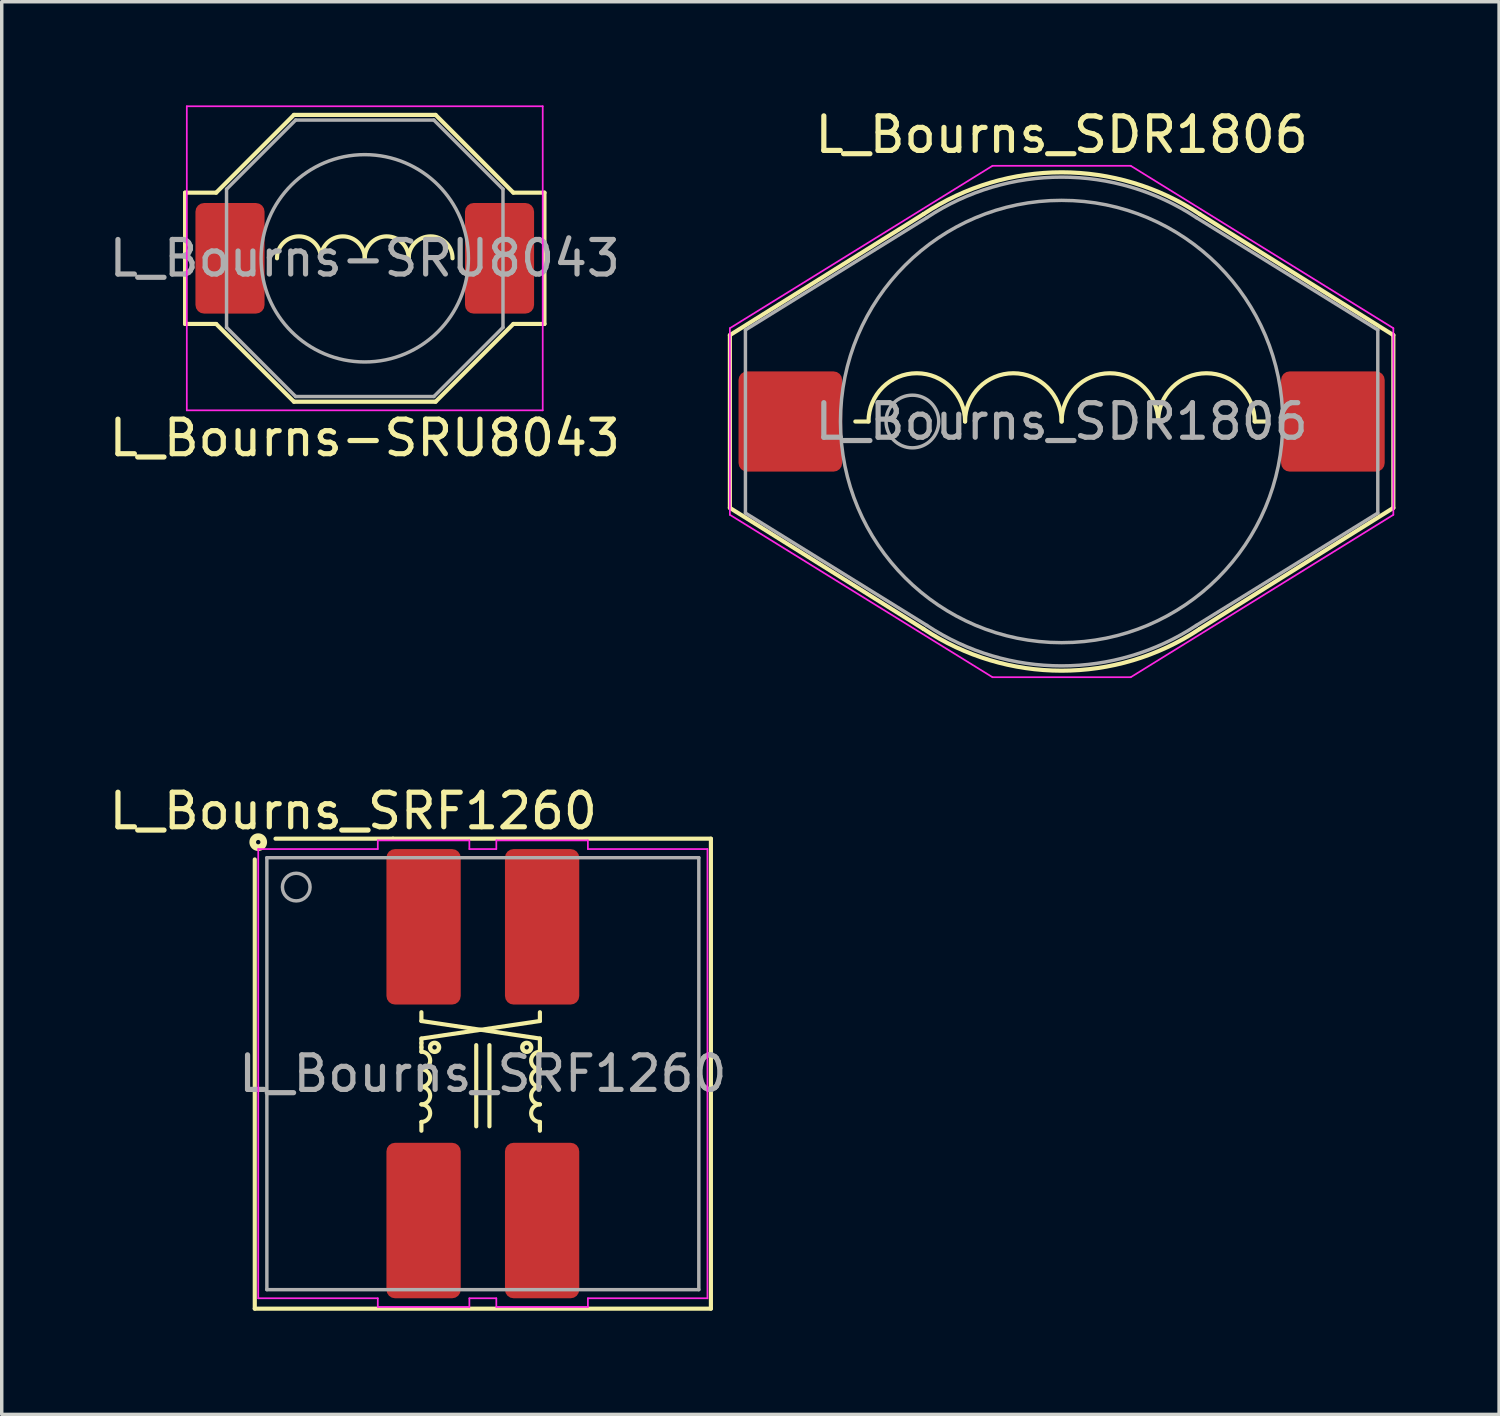
<source format=kicad_pcb>
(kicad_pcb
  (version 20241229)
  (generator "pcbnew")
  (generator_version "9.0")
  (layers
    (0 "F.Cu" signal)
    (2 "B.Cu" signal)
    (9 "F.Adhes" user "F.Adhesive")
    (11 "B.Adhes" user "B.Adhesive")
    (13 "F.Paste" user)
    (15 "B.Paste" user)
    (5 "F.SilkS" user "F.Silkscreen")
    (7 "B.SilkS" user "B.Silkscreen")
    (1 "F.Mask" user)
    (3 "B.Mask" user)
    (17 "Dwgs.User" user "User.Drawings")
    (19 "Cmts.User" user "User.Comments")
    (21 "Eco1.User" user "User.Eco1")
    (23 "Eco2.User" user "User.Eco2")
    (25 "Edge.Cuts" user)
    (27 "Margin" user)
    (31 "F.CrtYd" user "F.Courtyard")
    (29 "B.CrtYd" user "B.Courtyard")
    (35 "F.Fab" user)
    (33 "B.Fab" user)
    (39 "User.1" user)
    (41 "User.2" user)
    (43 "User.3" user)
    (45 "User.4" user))
  (footprint "L_Bourns-SRU8043"
    (layer "F.Cu")
    (at 7.506 4.425)
    (property "Reference" "L_Bourns-SRU8043" (at 0 5.2 0) (layer "F.SilkS") (effects (font (size 1 1) (thickness 0.15))))
    (attr smd)
    (fp_line (start -5.2 -1.9) (end -5.2 1.9) (stroke (width 0.12) (type solid)) (layer "F.SilkS"))
    (fp_line (start -5.2 1.9) (end -4.3 1.9) (stroke (width 0.12) (type solid)) (layer "F.SilkS"))
    (fp_line (start -4.3 -1.9) (end -5.2 -1.9) (stroke (width 0.12) (type solid)) (layer "F.SilkS"))
    (fp_line (start -2.05 -4.15) (end -4.3 -1.9) (stroke (width 0.12) (type solid)) (layer "F.SilkS"))
    (fp_line (start -2.05 -4.15) (end 2.05 -4.15) (stroke (width 0.12) (type solid)) (layer "F.SilkS"))
    (fp_line (start -2.05 4.15) (end -4.3 1.9) (stroke (width 0.12) (type solid)) (layer "F.SilkS"))
    (fp_line (start 2.05 -4.15) (end 4.3 -1.9) (stroke (width 0.12) (type solid)) (layer "F.SilkS"))
    (fp_line (start 2.05 4.15) (end -2.05 4.15) (stroke (width 0.12) (type solid)) (layer "F.SilkS"))
    (fp_line (start 2.05 4.15) (end 4.3 1.9) (stroke (width 0.12) (type solid)) (layer "F.SilkS"))
    (fp_line (start 4.3 -1.9) (end 5.2 -1.9) (stroke (width 0.12) (type solid)) (layer "F.SilkS"))
    (fp_line (start 5.2 -1.9) (end 5.2 1.9) (stroke (width 0.12) (type solid)) (layer "F.SilkS"))
    (fp_line (start 5.2 1.9) (end 4.3 1.9) (stroke (width 0.12) (type solid)) (layer "F.SilkS"))
    (fp_arc (start -2.54 0) (mid -1.905 -0.635) (end -1.27 0) (stroke (width 0.12) (type solid)) (layer "F.SilkS"))
    (fp_arc (start -1.27 0) (mid -0.635 -0.635) (end 0 0) (stroke (width 0.12) (type solid)) (layer "F.SilkS"))
    (fp_arc (start 0 0) (mid 0.635 -0.635) (end 1.27 0) (stroke (width 0.12) (type solid)) (layer "F.SilkS"))
    (fp_arc (start 1.27 0) (mid 1.905 -0.635) (end 2.54 0) (stroke (width 0.12) (type solid)) (layer "F.SilkS"))
    (fp_line (start -5.15 -4.4) (end 5.15 -4.4) (stroke (width 0.05) (type solid)) (layer "F.CrtYd"))
    (fp_line (start -5.15 4.4) (end -5.15 -4.4) (stroke (width 0.05) (type solid)) (layer "F.CrtYd"))
    (fp_line (start 5.15 -4.4) (end 5.15 4.4) (stroke (width 0.05) (type solid)) (layer "F.CrtYd"))
    (fp_line (start 5.15 4.4) (end -5.15 4.4) (stroke (width 0.05) (type solid)) (layer "F.CrtYd"))
    (fp_line (start -4 -2) (end -2 -4) (stroke (width 0.1) (type solid)) (layer "F.Fab"))
    (fp_line (start -4 2) (end -4 -2) (stroke (width 0.1) (type solid)) (layer "F.Fab"))
    (fp_line (start -2 -4) (end 2 -4) (stroke (width 0.1) (type solid)) (layer "F.Fab"))
    (fp_line (start -2 4) (end -4 2) (stroke (width 0.1) (type solid)) (layer "F.Fab"))
    (fp_line (start 2 -4) (end 4 -2) (stroke (width 0.1) (type solid)) (layer "F.Fab"))
    (fp_line (start 2 4) (end -2 4) (stroke (width 0.1) (type solid)) (layer "F.Fab"))
    (fp_line (start 4 -2) (end 4 2) (stroke (width 0.1) (type solid)) (layer "F.Fab"))
    (fp_line (start 4 2) (end 2 4) (stroke (width 0.1) (type solid)) (layer "F.Fab"))
    (fp_circle (center 0 0) (end 0 -3) (stroke (width 0.1) (type solid)) (fill no) (layer "F.Fab"))
    (fp_text user "${REFERENCE}" (at 0 0 0) (layer "F.Fab") (effects (font (size 1 1) (thickness 0.15))))
    (pad "1" smd roundrect (at -3.9 0) (size 2 3.2) (layers "F.Cu" "F.Mask" "F.Paste") (roundrect_rratio 0.125))
    (pad "2" smd roundrect (at 3.9 0) (size 2 3.2) (layers "F.Cu" "F.Mask" "F.Paste") (roundrect_rratio 0.125)))
  (footprint "L_Bourns_SDR1806"
    (layer "F.Cu")
    (at 27.672 9.148)
    (property "Reference" "L_Bourns_SDR1806" (at 0 -8.3 0) (layer "F.SilkS") (effects (font (size 1 1) (thickness 0.15))))
    (attr smd)
    (fp_line (start -9.6 -2.5) (end -9.6 2.5) (stroke (width 0.12) (type solid)) (layer "F.SilkS"))
    (fp_line (start -9.6 -2.5) (end -4 -6) (stroke (width 0.12) (type solid)) (layer "F.SilkS"))
    (fp_line (start -5.588 0) (end -5.969 0) (stroke (width 0.12) (type solid)) (layer "F.SilkS"))
    (fp_line (start -4 6) (end -9.6 2.5) (stroke (width 0.12) (type solid)) (layer "F.SilkS"))
    (fp_line (start 4 -6) (end 9.6 -2.5) (stroke (width 0.12) (type solid)) (layer "F.SilkS"))
    (fp_line (start 5.588 0) (end 5.969 0) (stroke (width 0.12) (type solid)) (layer "F.SilkS"))
    (fp_line (start 9.6 -2.5) (end 9.6 2.5) (stroke (width 0.12) (type solid)) (layer "F.SilkS"))
    (fp_line (start 9.6 2.5) (end 4 6) (stroke (width 0.12) (type solid)) (layer "F.SilkS"))
    (fp_arc (start -5.588 0) (mid -4.191 -1.397) (end -2.794 0) (stroke (width 0.12) (type solid)) (layer "F.SilkS"))
    (fp_arc (start -3.991604 -6.005589) (mid 0.005043 -7.211101) (end 4 -6) (stroke (width 0.12) (type solid)) (layer "F.SilkS"))
    (fp_arc (start -2.794 0) (mid -1.397 -1.397) (end 0 0) (stroke (width 0.12) (type solid)) (layer "F.SilkS"))
    (fp_arc (start 0 0) (mid 1.397 -1.397) (end 2.794 0) (stroke (width 0.12) (type solid)) (layer "F.SilkS"))
    (fp_arc (start 2.794 0) (mid 4.191 -1.397) (end 5.588 0) (stroke (width 0.12) (type solid)) (layer "F.SilkS"))
    (fp_arc (start 3.991604 6.005589) (mid -0.005043 7.211101) (end -4 6) (stroke (width 0.12) (type solid)) (layer "F.SilkS"))
    (fp_line (start -9.6 2.7) (end -9.6 -2.7) (stroke (width 0.05) (type solid)) (layer "F.CrtYd"))
    (fp_line (start -9.6 2.7) (end -2 7.4) (stroke (width 0.05) (type solid)) (layer "F.CrtYd"))
    (fp_line (start -2 -7.4) (end -9.6 -2.7) (stroke (width 0.05) (type solid)) (layer "F.CrtYd"))
    (fp_line (start -2 -7.4) (end 2 -7.4) (stroke (width 0.05) (type solid)) (layer "F.CrtYd"))
    (fp_line (start 2 7.4) (end -2 7.4) (stroke (width 0.05) (type solid)) (layer "F.CrtYd"))
    (fp_line (start 2 7.4) (end 9.6 2.7) (stroke (width 0.05) (type solid)) (layer "F.CrtYd"))
    (fp_line (start 9.6 -2.7) (end 2 -7.4) (stroke (width 0.05) (type solid)) (layer "F.CrtYd"))
    (fp_line (start 9.6 -2.7) (end 9.6 2.7) (stroke (width 0.05) (type solid)) (layer "F.CrtYd"))
    (fp_line (start -9.15 -2.65) (end -9.15 2.65) (stroke (width 0.1) (type solid)) (layer "F.Fab"))
    (fp_line (start -9.15 -2.65) (end -3.9 -5.9) (stroke (width 0.1) (type solid)) (layer "F.Fab"))
    (fp_line (start -3.9 5.9) (end -9.15 2.65) (stroke (width 0.1) (type solid)) (layer "F.Fab"))
    (fp_line (start 3.9 -5.9) (end 9.15 -2.65) (stroke (width 0.1) (type solid)) (layer "F.Fab"))
    (fp_line (start 9.15 2.65) (end 3.9 5.9) (stroke (width 0.1) (type solid)) (layer "F.Fab"))
    (fp_line (start 9.15 2.65) (end 9.15 -2.65) (stroke (width 0.1) (type solid)) (layer "F.Fab"))
    (fp_arc (start -3.896832 -5.902093) (mid 0.001898 -7.072482) (end 3.9 -5.9) (stroke (width 0.1) (type solid)) (layer "F.Fab"))
    (fp_arc (start 3.896832 5.902093) (mid -0.001898 7.072482) (end -3.9 5.9) (stroke (width 0.1) (type solid)) (layer "F.Fab"))
    (fp_circle (center -4.318 0) (end -4.318 -0.762) (stroke (width 0.1) (type solid)) (fill no) (layer "F.Fab"))
    (fp_circle (center 0 0) (end 0 -6.4) (stroke (width 0.1) (type solid)) (fill no) (layer "F.Fab"))
    (fp_text user "${REFERENCE}" (at 0 0 0) (layer "F.Fab") (effects (font (size 1 1) (thickness 0.15))))
    (pad "1" smd roundrect (at -7.85 0) (size 3 2.9) (layers "F.Cu" "F.Mask" "F.Paste") (roundrect_rratio 0.086))
    (pad "2" smd roundrect (at 7.85 0 180) (size 3 2.9) (layers "F.Cu" "F.Mask" "F.Paste") (roundrect_rratio 0.086)))
  (footprint "L_Bourns_SRF1260"
    (layer "F.Cu")
    (at 10.923 28.021)
    (property "Reference" "L_Bourns_SRF1260" (at -3.75 -7.6 0) (layer "F.SilkS") (effects (font (size 1 1) (thickness 0.15))))
    (attr smd)
    (fp_line (start -6.6 6.8) (end -6.6 -6.2) (stroke (width 0.12) (type solid)) (layer "F.SilkS"))
    (fp_line (start -6 -6.8) (end -2.6 -6.8) (stroke (width 0.12) (type solid)) (layer "F.SilkS"))
    (fp_line (start -2.6 -6.8) (end 6.6 -6.8) (stroke (width 0.12) (type solid)) (layer "F.SilkS"))
    (fp_line (start -1.778 -1.778) (end -1.778 -1.524) (stroke (width 0.12) (type solid)) (layer "F.SilkS"))
    (fp_line (start -1.778 -1.524) (end 1.651 -1.016) (stroke (width 0.12) (type solid)) (layer "F.SilkS"))
    (fp_line (start -1.778 -1.016) (end 1.651 -1.524) (stroke (width 0.12) (type solid)) (layer "F.SilkS"))
    (fp_line (start -1.778 -0.889) (end -1.778 -1.016) (stroke (width 0.12) (type solid)) (layer "F.SilkS"))
    (fp_line (start -1.778 -0.762) (end -1.778 -0.889) (stroke (width 0.12) (type solid)) (layer "F.SilkS"))
    (fp_line (start -1.778 -0.635) (end -1.778 -0.762) (stroke (width 0.12) (type solid)) (layer "F.SilkS"))
    (fp_line (start -1.778 1.397) (end -1.778 1.651) (stroke (width 0.12) (type solid)) (layer "F.SilkS"))
    (fp_line (start -0.191 -0.826) (end -0.191 1.524) (stroke (width 0.12) (type solid)) (layer "F.SilkS"))
    (fp_line (start 0.191 -0.826) (end 0.191 1.524) (stroke (width 0.12) (type solid)) (layer "F.SilkS"))
    (fp_line (start 1.651 -1.778) (end 1.651 -1.524) (stroke (width 0.12) (type solid)) (layer "F.SilkS"))
    (fp_line (start 1.651 -0.635) (end 1.651 -1.016) (stroke (width 0.12) (type solid)) (layer "F.SilkS"))
    (fp_line (start 1.651 1.397) (end 1.651 1.524) (stroke (width 0.12) (type solid)) (layer "F.SilkS"))
    (fp_line (start 1.651 1.524) (end 1.651 1.651) (stroke (width 0.12) (type solid)) (layer "F.SilkS"))
    (fp_line (start 6.6 -6.8) (end 6.6 6.8) (stroke (width 0.12) (type solid)) (layer "F.SilkS"))
    (fp_line (start 6.6 6.8) (end -6.6 6.8) (stroke (width 0.12) (type solid)) (layer "F.SilkS"))
    (fp_arc (start -1.778 -0.635) (mid -1.524 -0.381) (end -1.778 -0.127) (stroke (width 0.12) (type solid)) (layer "F.SilkS"))
    (fp_arc (start -1.778 -0.127) (mid -1.524 0.127) (end -1.778 0.381) (stroke (width 0.12) (type solid)) (layer "F.SilkS"))
    (fp_arc (start -1.778 0.381) (mid -1.524 0.635) (end -1.778 0.889) (stroke (width 0.12) (type solid)) (layer "F.SilkS"))
    (fp_arc (start -1.778 0.889) (mid -1.524 1.143) (end -1.778 1.397) (stroke (width 0.12) (type solid)) (layer "F.SilkS"))
    (fp_arc (start 1.651 -0.127) (mid 1.397 -0.381) (end 1.651 -0.635) (stroke (width 0.12) (type solid)) (layer "F.SilkS"))
    (fp_arc (start 1.651 0.381) (mid 1.397 0.127) (end 1.651 -0.127) (stroke (width 0.12) (type solid)) (layer "F.SilkS"))
    (fp_arc (start 1.651 0.889) (mid 1.397 0.635) (end 1.651 0.381) (stroke (width 0.12) (type solid)) (layer "F.SilkS"))
    (fp_arc (start 1.651 1.397) (mid 1.397 1.143) (end 1.651 0.889) (stroke (width 0.12) (type solid)) (layer "F.SilkS"))
    (fp_circle (center -6.5 -6.7) (end -6.436 -6.7) (stroke (width 0.13) (type solid)) (fill no) (layer "F.SilkS"))
    (fp_circle (center -6.5 -6.7) (end -6.309 -6.7) (stroke (width 0.13) (type solid)) (fill no) (layer "F.SilkS"))
    (fp_circle (center -1.397 -0.762) (end -1.333 -0.762) (stroke (width 0.13) (type solid)) (fill no) (layer "F.SilkS"))
    (fp_circle (center 1.27 -0.762) (end 1.333 -0.762) (stroke (width 0.13) (type solid)) (fill no) (layer "F.SilkS"))
    (fp_line (start -6.5 -6.5) (end -6.5 6.5) (stroke (width 0.05) (type solid)) (layer "F.CrtYd"))
    (fp_line (start -6.5 -6.5) (end -3.04 -6.5) (stroke (width 0.05) (type solid)) (layer "F.CrtYd"))
    (fp_line (start -6.5 6.5) (end -3.04 6.5) (stroke (width 0.05) (type solid)) (layer "F.CrtYd"))
    (fp_line (start -3.04 -6.75) (end -0.39 -6.75) (stroke (width 0.05) (type solid)) (layer "F.CrtYd"))
    (fp_line (start -3.04 -6.5) (end -3.04 -6.75) (stroke (width 0.05) (type solid)) (layer "F.CrtYd"))
    (fp_line (start -3.04 6.5) (end -3.04 6.75) (stroke (width 0.05) (type solid)) (layer "F.CrtYd"))
    (fp_line (start -3.04 6.75) (end -0.39 6.75) (stroke (width 0.05) (type solid)) (layer "F.CrtYd"))
    (fp_line (start -0.39 -6.75) (end -0.39 -6.5) (stroke (width 0.05) (type solid)) (layer "F.CrtYd"))
    (fp_line (start -0.39 -6.5) (end 0.39 -6.5) (stroke (width 0.05) (type solid)) (layer "F.CrtYd"))
    (fp_line (start -0.39 6.5) (end 0.39 6.5) (stroke (width 0.05) (type solid)) (layer "F.CrtYd"))
    (fp_line (start -0.39 6.75) (end -0.39 6.5) (stroke (width 0.05) (type solid)) (layer "F.CrtYd"))
    (fp_line (start 0.39 -6.75) (end 3.04 -6.75) (stroke (width 0.05) (type solid)) (layer "F.CrtYd"))
    (fp_line (start 0.39 -6.5) (end 0.39 -6.75) (stroke (width 0.05) (type solid)) (layer "F.CrtYd"))
    (fp_line (start 0.39 6.5) (end 0.39 6.75) (stroke (width 0.05) (type solid)) (layer "F.CrtYd"))
    (fp_line (start 0.39 6.75) (end 3.04 6.75) (stroke (width 0.05) (type solid)) (layer "F.CrtYd"))
    (fp_line (start 3.04 -6.75) (end 3.04 -6.5) (stroke (width 0.05) (type solid)) (layer "F.CrtYd"))
    (fp_line (start 3.04 -6.5) (end 6.5 -6.5) (stroke (width 0.05) (type solid)) (layer "F.CrtYd"))
    (fp_line (start 3.04 6.5) (end 6.5 6.5) (stroke (width 0.05) (type solid)) (layer "F.CrtYd"))
    (fp_line (start 3.04 6.75) (end 3.04 6.5) (stroke (width 0.05) (type solid)) (layer "F.CrtYd"))
    (fp_line (start 6.5 -6.5) (end 6.5 6.5) (stroke (width 0.05) (type solid)) (layer "F.CrtYd"))
    (fp_line (start -6.25 -6.25) (end 6.25 -6.25) (stroke (width 0.1) (type solid)) (layer "F.Fab"))
    (fp_line (start -6.25 6.25) (end -6.25 -6.25) (stroke (width 0.1) (type solid)) (layer "F.Fab"))
    (fp_line (start 6.25 -6.25) (end 6.25 6.25) (stroke (width 0.1) (type solid)) (layer "F.Fab"))
    (fp_line (start 6.25 6.25) (end -6.25 6.25) (stroke (width 0.1) (type solid)) (layer "F.Fab"))
    (fp_circle (center -5.4 -5.4) (end -5 -5.4) (stroke (width 0.1) (type solid)) (fill no) (layer "F.Fab"))
    (fp_text user "${REFERENCE}" (at 0 0 0) (layer "F.Fab") (effects (font (size 1 1) (thickness 0.15))))
    (pad "1" smd roundrect (at -1.715 -4.25) (size 2.15 4.5) (layers "F.Cu" "F.Mask" "F.Paste") (roundrect_rratio 0.116))
    (pad "2" smd roundrect (at 1.715 -4.25) (size 2.15 4.5) (layers "F.Cu" "F.Mask" "F.Paste") (roundrect_rratio 0.116))
    (pad "3" smd roundrect (at 1.715 4.25) (size 2.15 4.5) (layers "F.Cu" "F.Mask" "F.Paste") (roundrect_rratio 0.116))
    (pad "4" smd roundrect (at -1.715 4.25) (size 2.15 4.5) (layers "F.Cu" "F.Mask" "F.Paste") (roundrect_rratio 0.116)))
  (gr_rect
    (start -3 -3)
    (end 40.332 37.882)
    (stroke (width 0.1) (type default))
    (fill no)
    (layer "Edge.Cuts")))
</source>
